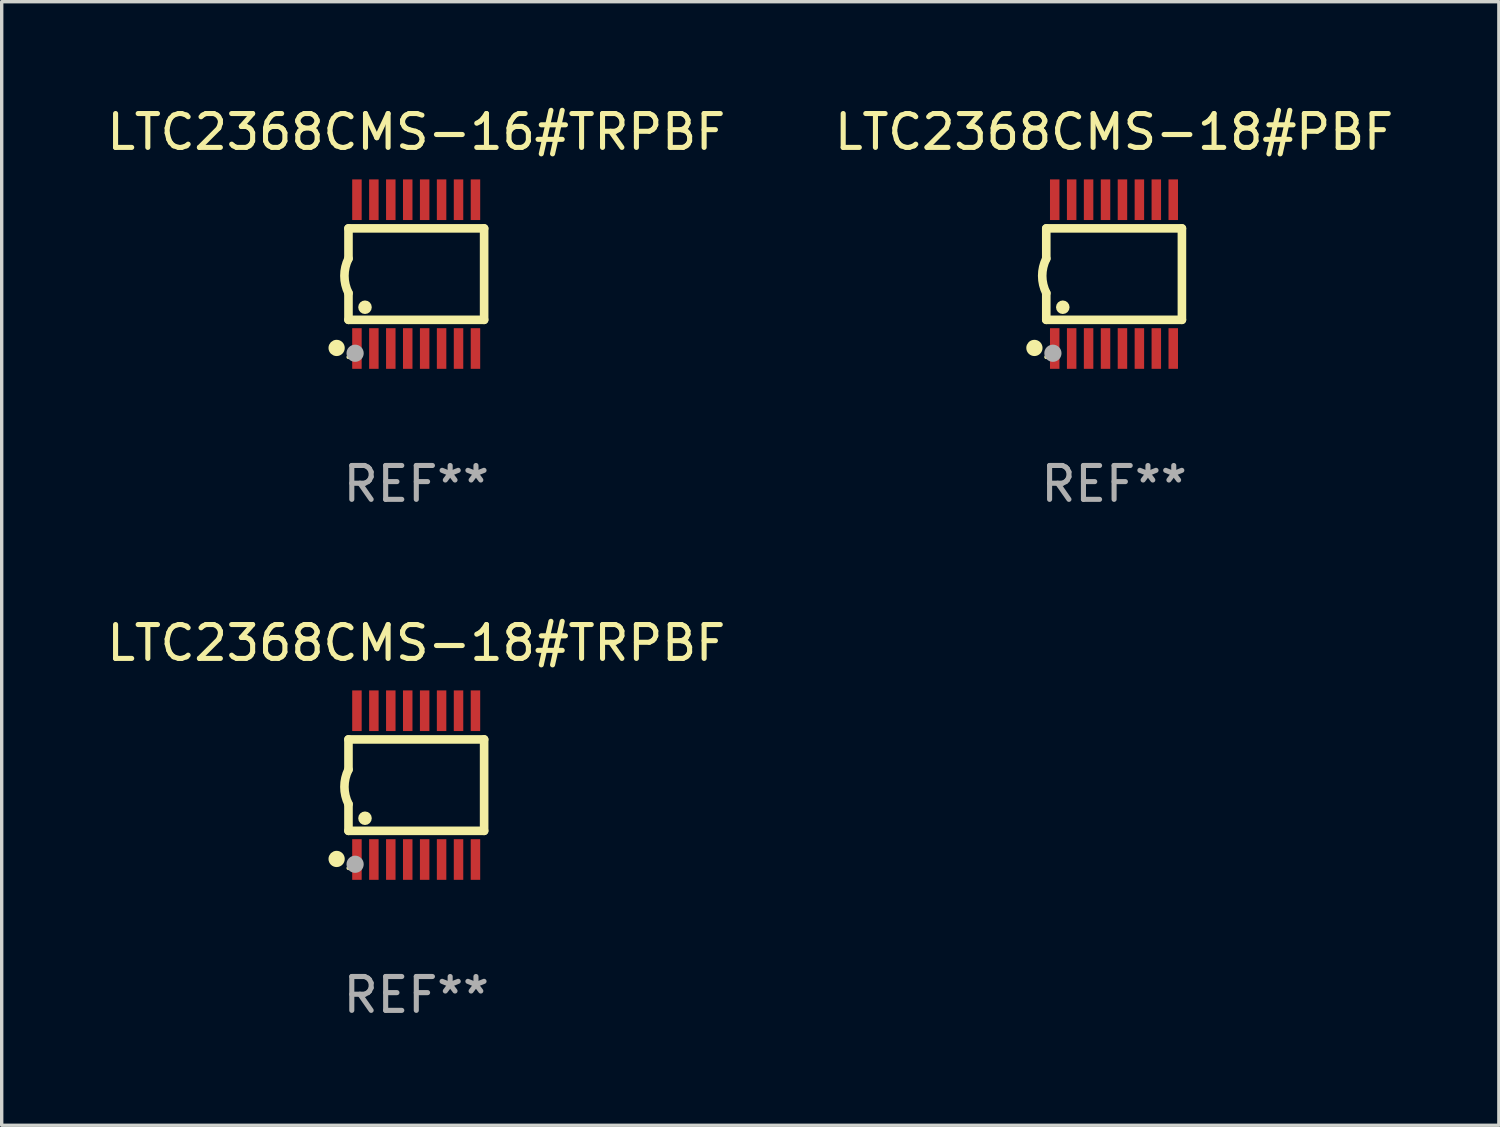
<source format=kicad_pcb>
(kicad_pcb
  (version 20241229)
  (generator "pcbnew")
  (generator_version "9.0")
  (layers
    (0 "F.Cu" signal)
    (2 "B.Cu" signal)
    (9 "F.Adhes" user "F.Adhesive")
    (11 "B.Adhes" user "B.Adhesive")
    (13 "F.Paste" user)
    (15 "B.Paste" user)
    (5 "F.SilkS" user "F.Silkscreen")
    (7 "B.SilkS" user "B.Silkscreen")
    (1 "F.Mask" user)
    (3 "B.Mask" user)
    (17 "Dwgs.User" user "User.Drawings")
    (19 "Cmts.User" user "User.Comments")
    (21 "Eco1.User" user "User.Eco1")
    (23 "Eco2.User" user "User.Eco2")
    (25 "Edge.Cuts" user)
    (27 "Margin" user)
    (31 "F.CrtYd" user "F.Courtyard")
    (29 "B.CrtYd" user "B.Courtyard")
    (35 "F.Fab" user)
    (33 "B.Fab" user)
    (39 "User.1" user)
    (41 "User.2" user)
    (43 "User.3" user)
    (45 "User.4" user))
  (footprint "LTC2368CMS-18#PBF"
    (layer "F.Cu")
    (at 29.851 5.045)
    (property "Reference" "LTC2368CMS-18#PBF" (at 0 -4.197 0) (layer "F.SilkS") (effects (font (size 1 1) (thickness 0.15))))
    (attr through_hole)
    (fp_line (start -2.003 -1.35) (end -2.003 -0.457) (stroke (width 0.254) (type solid)) (layer "F.SilkS"))
    (fp_line (start -2.003 -1.35) (end 2.003 -1.35) (stroke (width 0.254) (type solid)) (layer "F.SilkS"))
    (fp_line (start -2.003 1.35) (end -2.003 0.559) (stroke (width 0.254) (type solid)) (layer "F.SilkS"))
    (fp_line (start -2.003 1.35) (end 2.003 1.35) (stroke (width 0.254) (type solid)) (layer "F.SilkS"))
    (fp_line (start 2.003 -1.35) (end 2.003 1.35) (stroke (width 0.254) (type solid)) (layer "F.SilkS"))
    (fp_arc (start -2.002286 0.558802) (mid -2.122556 0.05092) (end -2.003302 -0.457201) (stroke (width 0.254001) (type solid)) (layer "F.SilkS"))
    (fp_circle (center -2.353 2.18) (end -2.233 2.18) (stroke (width 0.24) (type solid)) (fill no) (layer "F.SilkS"))
    (fp_circle (center -2.003 2.45) (end -1.973 2.45) (stroke (width 0.06) (type solid)) (fill no) (layer "F.SilkS"))
    (fp_circle (center -1.515 0.978) (end -1.415 0.978) (stroke (width 0.2) (type solid)) (fill no) (layer "F.SilkS"))
    (fp_circle (center -1.807 2.337) (end -1.68 2.337) (stroke (width 0.254) (type solid)) (fill no) (layer "F.Fab"))
    (fp_text user "REF**" (at 0 6.197 0) (layer "F.Fab") (effects (font (size 1 1) (thickness 0.15))))
    (pad "1" smd rect (at -1.753 2.197 90) (size 1.2 0.28) (layers "F.Cu" "F.Mask" "F.Paste"))
    (pad "2" smd rect (at -1.253 2.197 90) (size 1.2 0.28) (layers "F.Cu" "F.Mask" "F.Paste"))
    (pad "3" smd rect (at -0.753 2.197 90) (size 1.2 0.28) (layers "F.Cu" "F.Mask" "F.Paste"))
    (pad "4" smd rect (at -0.253 2.197 90) (size 1.2 0.28) (layers "F.Cu" "F.Mask" "F.Paste"))
    (pad "5" smd rect (at 0.247 2.197 90) (size 1.2 0.28) (layers "F.Cu" "F.Mask" "F.Paste"))
    (pad "6" smd rect (at 0.747 2.197 90) (size 1.2 0.28) (layers "F.Cu" "F.Mask" "F.Paste"))
    (pad "7" smd rect (at 1.247 2.197 90) (size 1.2 0.28) (layers "F.Cu" "F.Mask" "F.Paste"))
    (pad "8" smd rect (at 1.747 2.197 90) (size 1.2 0.28) (layers "F.Cu" "F.Mask" "F.Paste"))
    (pad "9" smd rect (at 1.747 -2.197 90) (size 1.2 0.28) (layers "F.Cu" "F.Mask" "F.Paste"))
    (pad "10" smd rect (at 1.247 -2.197 90) (size 1.2 0.28) (layers "F.Cu" "F.Mask" "F.Paste"))
    (pad "11" smd rect (at 0.747 -2.197 90) (size 1.2 0.28) (layers "F.Cu" "F.Mask" "F.Paste"))
    (pad "12" smd rect (at 0.247 -2.197 90) (size 1.2 0.28) (layers "F.Cu" "F.Mask" "F.Paste"))
    (pad "13" smd rect (at -0.253 -2.197 90) (size 1.2 0.28) (layers "F.Cu" "F.Mask" "F.Paste"))
    (pad "14" smd rect (at -0.753 -2.197 90) (size 1.2 0.28) (layers "F.Cu" "F.Mask" "F.Paste"))
    (pad "15" smd rect (at -1.253 -2.197 90) (size 1.2 0.28) (layers "F.Cu" "F.Mask" "F.Paste"))
    (pad "16" smd rect (at -1.753 -2.197 90) (size 1.2 0.28) (layers "F.Cu" "F.Mask" "F.Paste")))
  (footprint "LTC2368CMS-16#TRPBF"
    (layer "F.Cu")
    (at 9.244 5.045)
    (property "Reference" "LTC2368CMS-16#TRPBF" (at 0 -4.197 0) (layer "F.SilkS") (effects (font (size 1 1) (thickness 0.15))))
    (attr through_hole)
    (fp_line (start -2.003 -1.35) (end -2.003 -0.457) (stroke (width 0.254) (type solid)) (layer "F.SilkS"))
    (fp_line (start -2.003 -1.35) (end 2.003 -1.35) (stroke (width 0.254) (type solid)) (layer "F.SilkS"))
    (fp_line (start -2.003 1.35) (end -2.003 0.559) (stroke (width 0.254) (type solid)) (layer "F.SilkS"))
    (fp_line (start -2.003 1.35) (end 2.003 1.35) (stroke (width 0.254) (type solid)) (layer "F.SilkS"))
    (fp_line (start 2.003 -1.35) (end 2.003 1.35) (stroke (width 0.254) (type solid)) (layer "F.SilkS"))
    (fp_arc (start -2.002286 0.558802) (mid -2.122556 0.05092) (end -2.003302 -0.457201) (stroke (width 0.254001) (type solid)) (layer "F.SilkS"))
    (fp_circle (center -2.353 2.18) (end -2.233 2.18) (stroke (width 0.24) (type solid)) (fill no) (layer "F.SilkS"))
    (fp_circle (center -2.003 2.45) (end -1.973 2.45) (stroke (width 0.06) (type solid)) (fill no) (layer "F.SilkS"))
    (fp_circle (center -1.515 0.978) (end -1.415 0.978) (stroke (width 0.2) (type solid)) (fill no) (layer "F.SilkS"))
    (fp_circle (center -1.807 2.337) (end -1.68 2.337) (stroke (width 0.254) (type solid)) (fill no) (layer "F.Fab"))
    (fp_text user "REF**" (at 0 6.197 0) (layer "F.Fab") (effects (font (size 1 1) (thickness 0.15))))
    (pad "1" smd rect (at -1.753 2.197 90) (size 1.2 0.28) (layers "F.Cu" "F.Mask" "F.Paste"))
    (pad "2" smd rect (at -1.253 2.197 90) (size 1.2 0.28) (layers "F.Cu" "F.Mask" "F.Paste"))
    (pad "3" smd rect (at -0.753 2.197 90) (size 1.2 0.28) (layers "F.Cu" "F.Mask" "F.Paste"))
    (pad "4" smd rect (at -0.253 2.197 90) (size 1.2 0.28) (layers "F.Cu" "F.Mask" "F.Paste"))
    (pad "5" smd rect (at 0.247 2.197 90) (size 1.2 0.28) (layers "F.Cu" "F.Mask" "F.Paste"))
    (pad "6" smd rect (at 0.747 2.197 90) (size 1.2 0.28) (layers "F.Cu" "F.Mask" "F.Paste"))
    (pad "7" smd rect (at 1.247 2.197 90) (size 1.2 0.28) (layers "F.Cu" "F.Mask" "F.Paste"))
    (pad "8" smd rect (at 1.747 2.197 90) (size 1.2 0.28) (layers "F.Cu" "F.Mask" "F.Paste"))
    (pad "9" smd rect (at 1.747 -2.197 90) (size 1.2 0.28) (layers "F.Cu" "F.Mask" "F.Paste"))
    (pad "10" smd rect (at 1.247 -2.197 90) (size 1.2 0.28) (layers "F.Cu" "F.Mask" "F.Paste"))
    (pad "11" smd rect (at 0.747 -2.197 90) (size 1.2 0.28) (layers "F.Cu" "F.Mask" "F.Paste"))
    (pad "12" smd rect (at 0.247 -2.197 90) (size 1.2 0.28) (layers "F.Cu" "F.Mask" "F.Paste"))
    (pad "13" smd rect (at -0.253 -2.197 90) (size 1.2 0.28) (layers "F.Cu" "F.Mask" "F.Paste"))
    (pad "14" smd rect (at -0.753 -2.197 90) (size 1.2 0.28) (layers "F.Cu" "F.Mask" "F.Paste"))
    (pad "15" smd rect (at -1.253 -2.197 90) (size 1.2 0.28) (layers "F.Cu" "F.Mask" "F.Paste"))
    (pad "16" smd rect (at -1.753 -2.197 90) (size 1.2 0.28) (layers "F.Cu" "F.Mask" "F.Paste")))
  (footprint "LTC2368CMS-18#TRPBF"
    (layer "F.Cu")
    (at 9.244 20.136)
    (property "Reference" "LTC2368CMS-18#TRPBF" (at 0 -4.197 0) (layer "F.SilkS") (effects (font (size 1 1) (thickness 0.15))))
    (attr through_hole)
    (fp_line (start -2.003 -1.35) (end -2.003 -0.457) (stroke (width 0.254) (type solid)) (layer "F.SilkS"))
    (fp_line (start -2.003 -1.35) (end 2.003 -1.35) (stroke (width 0.254) (type solid)) (layer "F.SilkS"))
    (fp_line (start -2.003 1.35) (end -2.003 0.559) (stroke (width 0.254) (type solid)) (layer "F.SilkS"))
    (fp_line (start -2.003 1.35) (end 2.003 1.35) (stroke (width 0.254) (type solid)) (layer "F.SilkS"))
    (fp_line (start 2.003 -1.35) (end 2.003 1.35) (stroke (width 0.254) (type solid)) (layer "F.SilkS"))
    (fp_arc (start -2.002286 0.558802) (mid -2.122556 0.05092) (end -2.003302 -0.457201) (stroke (width 0.254001) (type solid)) (layer "F.SilkS"))
    (fp_circle (center -2.353 2.18) (end -2.233 2.18) (stroke (width 0.24) (type solid)) (fill no) (layer "F.SilkS"))
    (fp_circle (center -2.003 2.45) (end -1.973 2.45) (stroke (width 0.06) (type solid)) (fill no) (layer "F.SilkS"))
    (fp_circle (center -1.515 0.978) (end -1.415 0.978) (stroke (width 0.2) (type solid)) (fill no) (layer "F.SilkS"))
    (fp_circle (center -1.807 2.337) (end -1.68 2.337) (stroke (width 0.254) (type solid)) (fill no) (layer "F.Fab"))
    (fp_text user "REF**" (at 0 6.197 0) (layer "F.Fab") (effects (font (size 1 1) (thickness 0.15))))
    (pad "1" smd rect (at -1.753 2.197 90) (size 1.2 0.28) (layers "F.Cu" "F.Mask" "F.Paste"))
    (pad "2" smd rect (at -1.253 2.197 90) (size 1.2 0.28) (layers "F.Cu" "F.Mask" "F.Paste"))
    (pad "3" smd rect (at -0.753 2.197 90) (size 1.2 0.28) (layers "F.Cu" "F.Mask" "F.Paste"))
    (pad "4" smd rect (at -0.253 2.197 90) (size 1.2 0.28) (layers "F.Cu" "F.Mask" "F.Paste"))
    (pad "5" smd rect (at 0.247 2.197 90) (size 1.2 0.28) (layers "F.Cu" "F.Mask" "F.Paste"))
    (pad "6" smd rect (at 0.747 2.197 90) (size 1.2 0.28) (layers "F.Cu" "F.Mask" "F.Paste"))
    (pad "7" smd rect (at 1.247 2.197 90) (size 1.2 0.28) (layers "F.Cu" "F.Mask" "F.Paste"))
    (pad "8" smd rect (at 1.747 2.197 90) (size 1.2 0.28) (layers "F.Cu" "F.Mask" "F.Paste"))
    (pad "9" smd rect (at 1.747 -2.197 90) (size 1.2 0.28) (layers "F.Cu" "F.Mask" "F.Paste"))
    (pad "10" smd rect (at 1.247 -2.197 90) (size 1.2 0.28) (layers "F.Cu" "F.Mask" "F.Paste"))
    (pad "11" smd rect (at 0.747 -2.197 90) (size 1.2 0.28) (layers "F.Cu" "F.Mask" "F.Paste"))
    (pad "12" smd rect (at 0.247 -2.197 90) (size 1.2 0.28) (layers "F.Cu" "F.Mask" "F.Paste"))
    (pad "13" smd rect (at -0.253 -2.197 90) (size 1.2 0.28) (layers "F.Cu" "F.Mask" "F.Paste"))
    (pad "14" smd rect (at -0.753 -2.197 90) (size 1.2 0.28) (layers "F.Cu" "F.Mask" "F.Paste"))
    (pad "15" smd rect (at -1.253 -2.197 90) (size 1.2 0.28) (layers "F.Cu" "F.Mask" "F.Paste"))
    (pad "16" smd rect (at -1.753 -2.197 90) (size 1.2 0.28) (layers "F.Cu" "F.Mask" "F.Paste")))
  (gr_rect
    (start -3 -3)
    (end 41.214 30.181)
    (stroke (width 0.1) (type default))
    (fill no)
    (layer "Edge.Cuts")))
</source>
